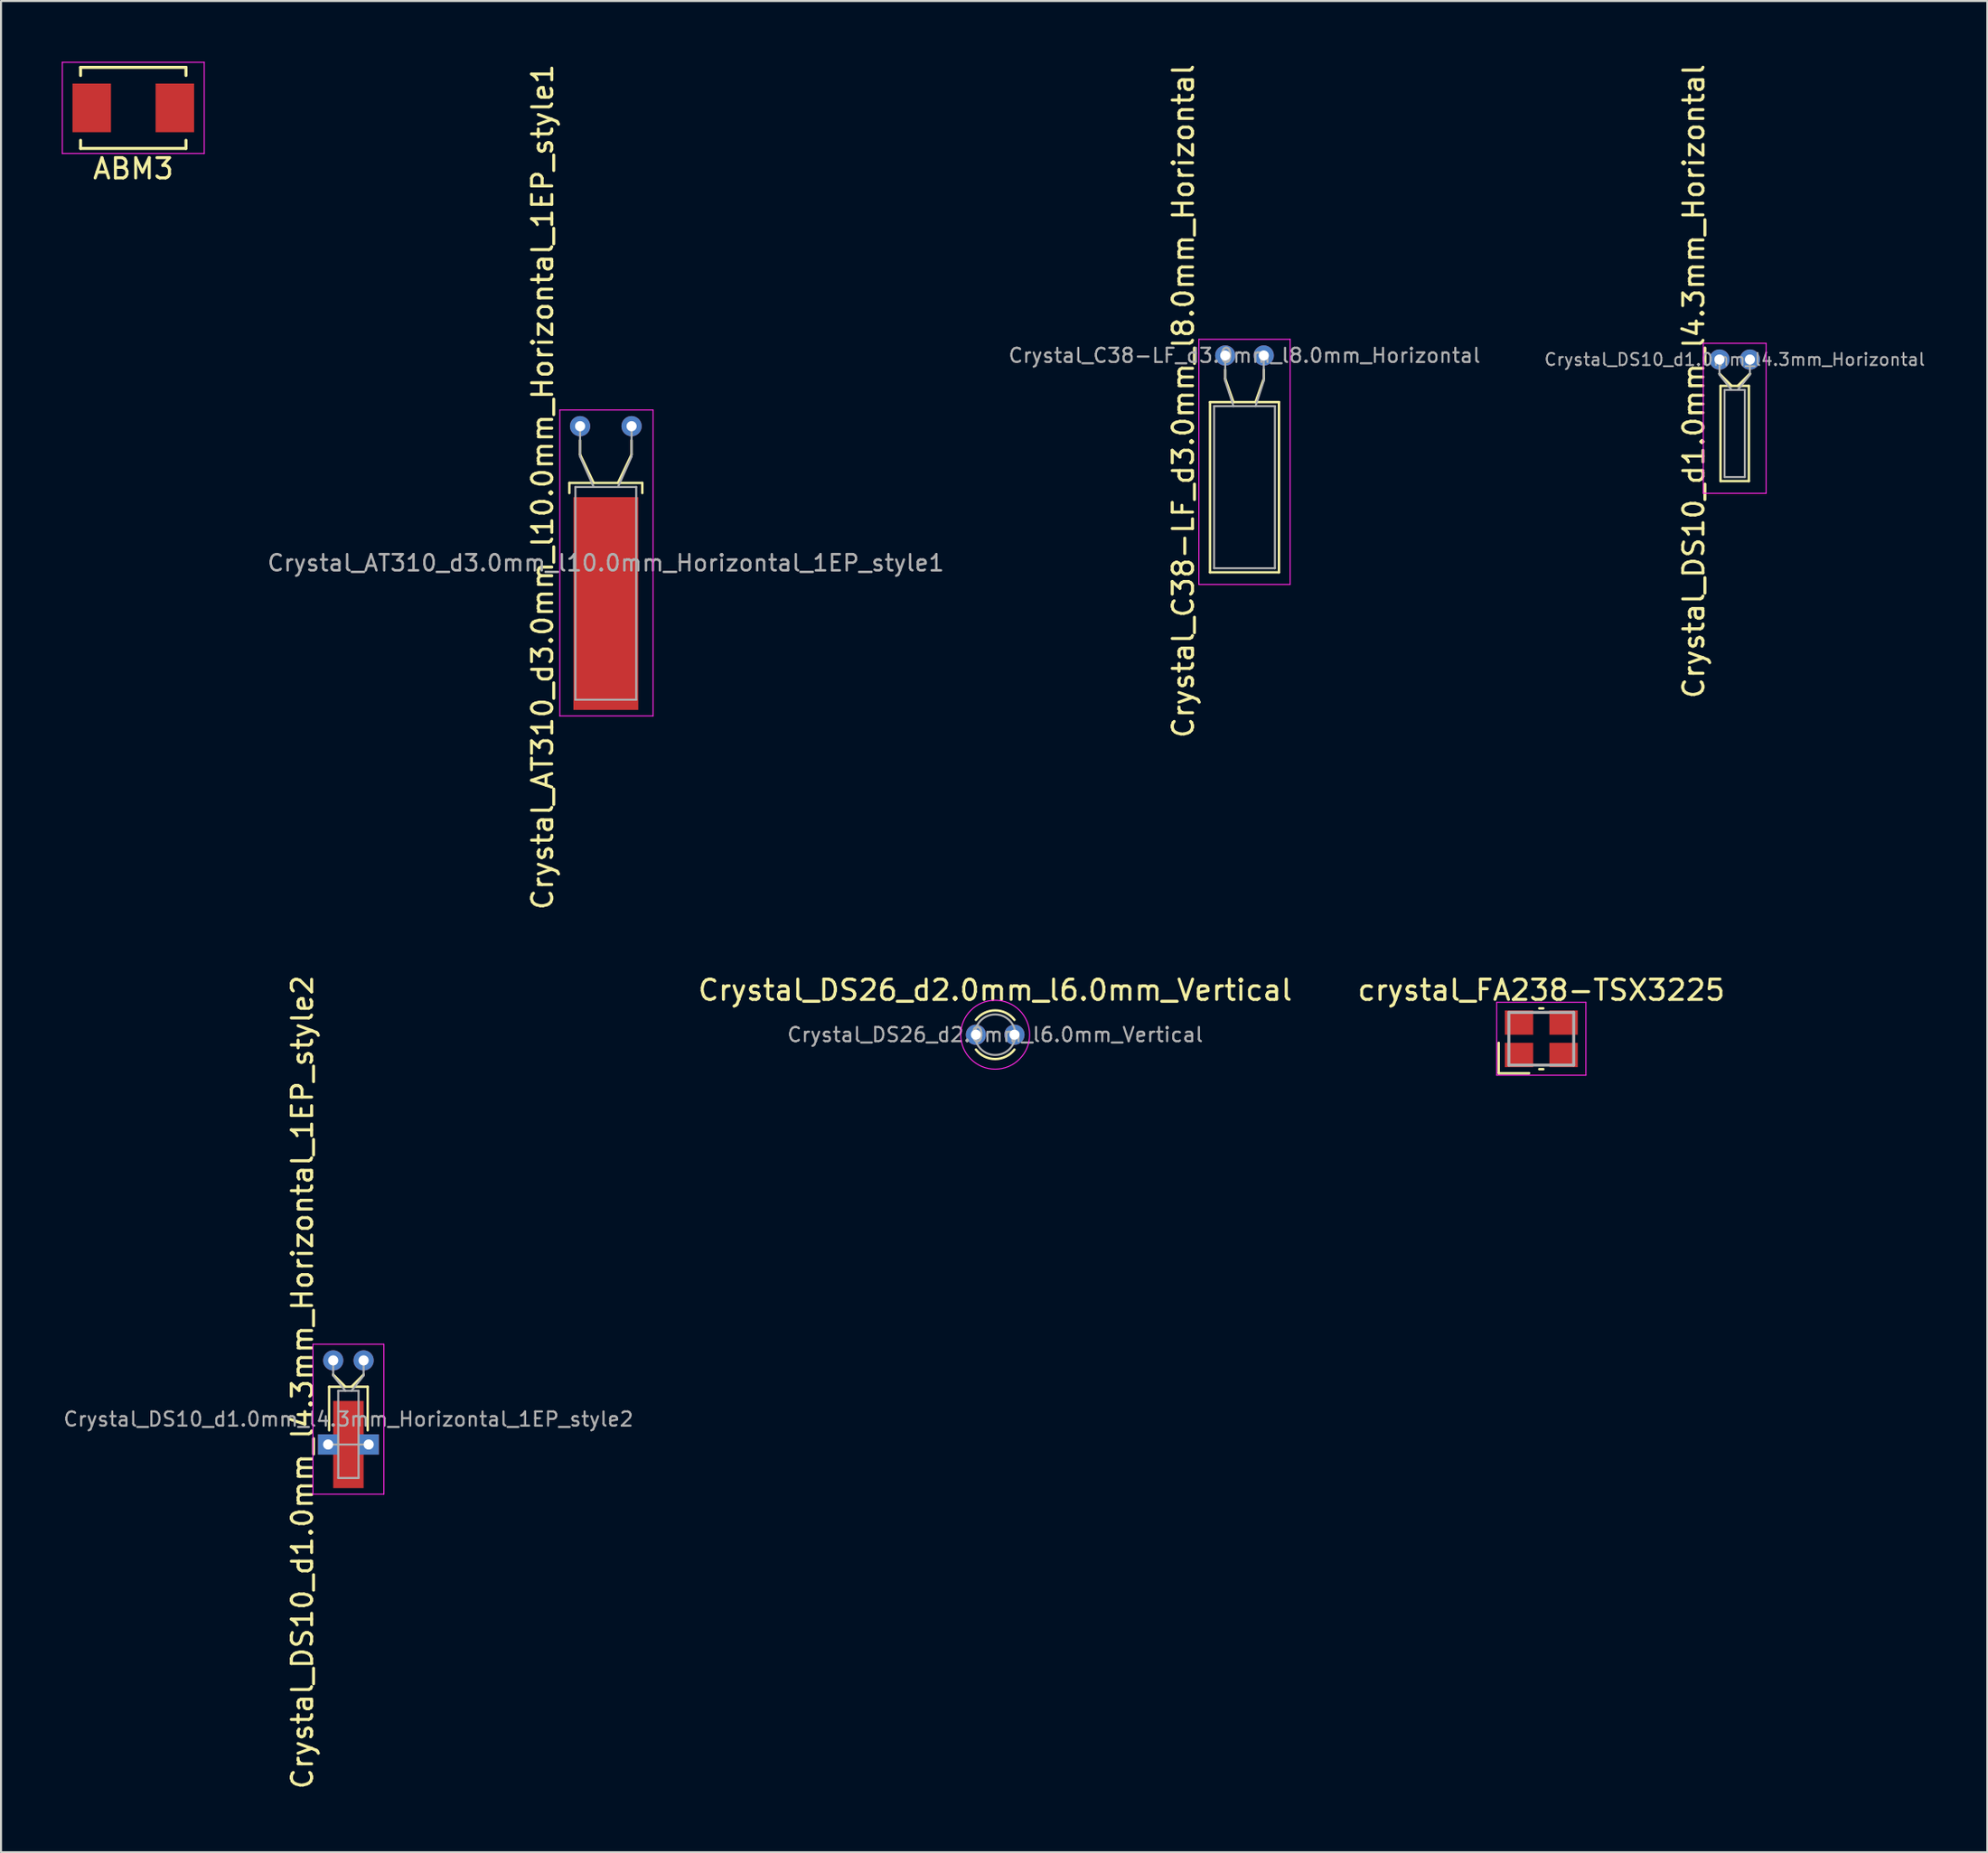
<source format=kicad_pcb>
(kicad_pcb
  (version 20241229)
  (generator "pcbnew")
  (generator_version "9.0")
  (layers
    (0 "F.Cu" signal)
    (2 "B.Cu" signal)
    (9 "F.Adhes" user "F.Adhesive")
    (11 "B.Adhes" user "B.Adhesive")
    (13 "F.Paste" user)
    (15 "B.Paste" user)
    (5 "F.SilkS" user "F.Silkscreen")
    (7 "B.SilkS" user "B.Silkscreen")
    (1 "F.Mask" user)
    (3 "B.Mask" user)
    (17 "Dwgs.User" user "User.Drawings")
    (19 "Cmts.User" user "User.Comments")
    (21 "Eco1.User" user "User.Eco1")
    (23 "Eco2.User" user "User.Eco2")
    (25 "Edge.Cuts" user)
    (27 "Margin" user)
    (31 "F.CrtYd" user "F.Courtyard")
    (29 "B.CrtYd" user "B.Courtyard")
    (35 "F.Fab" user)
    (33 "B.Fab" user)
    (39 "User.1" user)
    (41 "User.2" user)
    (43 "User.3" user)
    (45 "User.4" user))
  (footprint "ABM3"
    (layer "F.Cu")
    (at 3.525 2.275)
    (property "Reference" "ABM3" (at 0 3 0) (layer "F.SilkS") (effects (font (size 1 1) (thickness 0.15))))
    (attr smd)
    (fp_line (start -2.6 -2) (end -2.6 -1.6) (stroke (width 0.15) (type solid)) (layer "F.SilkS"))
    (fp_line (start -2.6 -2) (end 2.6 -2) (stroke (width 0.15) (type solid)) (layer "F.SilkS"))
    (fp_line (start -2.6 2) (end -2.6 1.6) (stroke (width 0.15) (type solid)) (layer "F.SilkS"))
    (fp_line (start -2.6 2) (end 2.6 2) (stroke (width 0.15) (type solid)) (layer "F.SilkS"))
    (fp_line (start 2.6 -2) (end 2.6 -1.6) (stroke (width 0.15) (type solid)) (layer "F.SilkS"))
    (fp_line (start 2.6 2) (end 2.6 1.6) (stroke (width 0.15) (type solid)) (layer "F.SilkS"))
    (fp_line (start -3.5 -2.25) (end 3.5 -2.25) (stroke (width 0.05) (type solid)) (layer "F.CrtYd"))
    (fp_line (start -3.5 2.25) (end -3.5 -2.25) (stroke (width 0.05) (type solid)) (layer "F.CrtYd"))
    (fp_line (start 3.5 -2.25) (end 3.5 2.25) (stroke (width 0.05) (type solid)) (layer "F.CrtYd"))
    (fp_line (start 3.5 2.25) (end -3.5 2.25) (stroke (width 0.05) (type solid)) (layer "F.CrtYd"))
    (pad "1" smd rect (at -2.05 0) (size 1.9 2.4) (layers "F.Cu" "F.Mask" "F.Paste"))
    (pad "2" smd rect (at 2.05 0) (size 1.9 2.4) (layers "F.Cu" "F.Mask" "F.Paste")))
  (footprint "Crystal_DS10_d1.0mm_l4.3mm_Horizontal"
    (layer "F.Cu")
    (at 81.774 14.693)
    (property "Reference" "Crystal_DS10_d1.0mm_l4.3mm_Horizontal" (at -1.27 1.075 90) (layer "F.SilkS") (effects (font (size 1 1) (thickness 0.15))))
    (attr through_hole)
    (fp_line (start 0 0.7) (end 0 0.7) (stroke (width 0.12) (type solid)) (layer "F.SilkS"))
    (fp_line (start 0.05 1.3) (end 0.05 6) (stroke (width 0.12) (type solid)) (layer "F.SilkS"))
    (fp_line (start 0.05 6) (end 1.45 6) (stroke (width 0.12) (type solid)) (layer "F.SilkS"))
    (fp_line (start 0.6 1.3) (end 0 0.7) (stroke (width 0.12) (type solid)) (layer "F.SilkS"))
    (fp_line (start 0.9 1.3) (end 1.5 0.7) (stroke (width 0.12) (type solid)) (layer "F.SilkS"))
    (fp_line (start 1.45 1.3) (end 0.05 1.3) (stroke (width 0.12) (type solid)) (layer "F.SilkS"))
    (fp_line (start 1.45 6) (end 1.45 1.3) (stroke (width 0.12) (type solid)) (layer "F.SilkS"))
    (fp_line (start 1.5 0.7) (end 1.5 0.7) (stroke (width 0.12) (type solid)) (layer "F.SilkS"))
    (fp_line (start -0.8 -0.8) (end -0.8 6.6) (stroke (width 0.05) (type solid)) (layer "F.CrtYd"))
    (fp_line (start -0.8 6.6) (end 2.3 6.6) (stroke (width 0.05) (type solid)) (layer "F.CrtYd"))
    (fp_line (start 2.3 -0.8) (end -0.8 -0.8) (stroke (width 0.05) (type solid)) (layer "F.CrtYd"))
    (fp_line (start 2.3 6.6) (end 2.3 -0.8) (stroke (width 0.05) (type solid)) (layer "F.CrtYd"))
    (fp_line (start 0 0.75) (end 0 0) (stroke (width 0.1) (type solid)) (layer "F.Fab"))
    (fp_line (start 0.25 1.5) (end 0.25 5.8) (stroke (width 0.1) (type solid)) (layer "F.Fab"))
    (fp_line (start 0.25 5.8) (end 1.25 5.8) (stroke (width 0.1) (type solid)) (layer "F.Fab"))
    (fp_line (start 0.6 1.5) (end 0 0.75) (stroke (width 0.1) (type solid)) (layer "F.Fab"))
    (fp_line (start 0.9 1.5) (end 1.5 0.75) (stroke (width 0.1) (type solid)) (layer "F.Fab"))
    (fp_line (start 1.25 1.5) (end 0.25 1.5) (stroke (width 0.1) (type solid)) (layer "F.Fab"))
    (fp_line (start 1.25 5.8) (end 1.25 1.5) (stroke (width 0.1) (type solid)) (layer "F.Fab"))
    (fp_line (start 1.5 0.75) (end 1.5 0) (stroke (width 0.1) (type solid)) (layer "F.Fab"))
    (fp_text user "${REFERENCE}" (at 0.75 0 0) (layer "F.Fab") (effects (font (size 0.6 0.6) (thickness 0.09))))
    (pad "1" thru_hole circle (at 0 0) (size 1 1) (drill 0.5) (layers "*.Cu" "*.Mask"))
    (pad "2" thru_hole circle (at 1.5 0) (size 1 1) (drill 0.5) (layers "*.Cu" "*.Mask")))
  (footprint "Crystal_DS10_d1.0mm_l4.3mm_Horizontal_1EP_style2"
    (layer "F.Cu")
    (at 13.387 64.086)
    (property "Reference" "Crystal_DS10_d1.0mm_l4.3mm_Horizontal_1EP_style2" (at -1.52 1.075 90) (layer "F.SilkS") (effects (font (size 1 1) (thickness 0.15))))
    (attr through_hole)
    (fp_line (start -0.2 1.3) (end 1.7 1.3) (stroke (width 0.12) (type solid)) (layer "F.SilkS"))
    (fp_line (start -0.2 3.45) (end -0.2 1.3) (stroke (width 0.12) (type solid)) (layer "F.SilkS"))
    (fp_line (start 0 0.7) (end 0 0.7) (stroke (width 0.12) (type solid)) (layer "F.SilkS"))
    (fp_line (start 0.6 1.3) (end 0 0.7) (stroke (width 0.12) (type solid)) (layer "F.SilkS"))
    (fp_line (start 0.9 1.3) (end 1.5 0.7) (stroke (width 0.12) (type solid)) (layer "F.SilkS"))
    (fp_line (start 1.5 0.7) (end 1.5 0.7) (stroke (width 0.12) (type solid)) (layer "F.SilkS"))
    (fp_line (start 1.7 1.3) (end 1.7 3.45) (stroke (width 0.12) (type solid)) (layer "F.SilkS"))
    (fp_line (start -1 -0.8) (end -1 6.6) (stroke (width 0.05) (type solid)) (layer "F.CrtYd"))
    (fp_line (start -1 6.6) (end 2.5 6.6) (stroke (width 0.05) (type solid)) (layer "F.CrtYd"))
    (fp_line (start 2.5 -0.8) (end -1 -0.8) (stroke (width 0.05) (type solid)) (layer "F.CrtYd"))
    (fp_line (start 2.5 6.6) (end 2.5 -0.8) (stroke (width 0.05) (type solid)) (layer "F.CrtYd"))
    (fp_line (start -0.25 4.15) (end 1.75 4.15) (stroke (width 0.1) (type solid)) (layer "F.Fab"))
    (fp_line (start 0 0.75) (end 0 0) (stroke (width 0.1) (type solid)) (layer "F.Fab"))
    (fp_line (start 0.25 1.5) (end 0.25 5.8) (stroke (width 0.1) (type solid)) (layer "F.Fab"))
    (fp_line (start 0.25 5.8) (end 1.25 5.8) (stroke (width 0.1) (type solid)) (layer "F.Fab"))
    (fp_line (start 0.6 1.5) (end 0 0.75) (stroke (width 0.1) (type solid)) (layer "F.Fab"))
    (fp_line (start 0.9 1.5) (end 1.5 0.75) (stroke (width 0.1) (type solid)) (layer "F.Fab"))
    (fp_line (start 1.25 1.5) (end 0.25 1.5) (stroke (width 0.1) (type solid)) (layer "F.Fab"))
    (fp_line (start 1.25 5.8) (end 1.25 1.5) (stroke (width 0.1) (type solid)) (layer "F.Fab"))
    (fp_line (start 1.5 0.75) (end 1.5 0) (stroke (width 0.1) (type solid)) (layer "F.Fab"))
    (fp_text user "${REFERENCE}" (at 0.75 2.9 0) (layer "F.Fab") (effects (font (size 0.7 0.7) (thickness 0.105))))
    (pad "1" thru_hole circle (at 0 0) (size 1 1) (drill 0.5) (layers "*.Cu" "*.Mask"))
    (pad "2" thru_hole circle (at 1.5 0) (size 1 1) (drill 0.5) (layers "*.Cu" "*.Mask"))
    (pad "3" thru_hole rect (at -0.25 4.15) (size 1 1) (drill 0.5) (layers "*.Cu" "*.Mask"))
    (pad "3" smd rect (at 0.75 4.15) (size 1.5 4.3) (layers "F.Cu" "F.Mask" "F.Paste"))
    (pad "3" thru_hole rect (at 1.75 4.15) (size 1 1) (drill 0.5) (layers "*.Cu" "*.Mask")))
  (footprint "Crystal_C38-LF_d3.0mm_l8.0mm_Horizontal"
    (layer "F.Cu")
    (at 57.392 14.494)
    (property "Reference" "Crystal_C38-LF_d3.0mm_l8.0mm_Horizontal" (at -2.07 2.25 90) (layer "F.SilkS") (effects (font (size 1 1) (thickness 0.15))))
    (attr through_hole)
    (fp_line (start -0.75 2.3) (end -0.75 10.7) (stroke (width 0.12) (type solid)) (layer "F.SilkS"))
    (fp_line (start -0.75 10.7) (end 2.65 10.7) (stroke (width 0.12) (type solid)) (layer "F.SilkS"))
    (fp_line (start 0 1.15) (end 0 0.7) (stroke (width 0.12) (type solid)) (layer "F.SilkS"))
    (fp_line (start 0.405 2.3) (end 0 1.15) (stroke (width 0.12) (type solid)) (layer "F.SilkS"))
    (fp_line (start 1.495 2.3) (end 1.9 1.15) (stroke (width 0.12) (type solid)) (layer "F.SilkS"))
    (fp_line (start 1.9 1.15) (end 1.9 0.7) (stroke (width 0.12) (type solid)) (layer "F.SilkS"))
    (fp_line (start 2.65 2.3) (end -0.75 2.3) (stroke (width 0.12) (type solid)) (layer "F.SilkS"))
    (fp_line (start 2.65 10.7) (end 2.65 2.3) (stroke (width 0.12) (type solid)) (layer "F.SilkS"))
    (fp_line (start -1.3 -0.8) (end -1.3 11.3) (stroke (width 0.05) (type solid)) (layer "F.CrtYd"))
    (fp_line (start -1.3 11.3) (end 3.2 11.3) (stroke (width 0.05) (type solid)) (layer "F.CrtYd"))
    (fp_line (start 3.2 -0.8) (end -1.3 -0.8) (stroke (width 0.05) (type solid)) (layer "F.CrtYd"))
    (fp_line (start 3.2 11.3) (end 3.2 -0.8) (stroke (width 0.05) (type solid)) (layer "F.CrtYd"))
    (fp_line (start -0.55 2.5) (end -0.55 10.5) (stroke (width 0.1) (type solid)) (layer "F.Fab"))
    (fp_line (start -0.55 10.5) (end 2.45 10.5) (stroke (width 0.1) (type solid)) (layer "F.Fab"))
    (fp_line (start 0 1.25) (end 0 0) (stroke (width 0.1) (type solid)) (layer "F.Fab"))
    (fp_line (start 0.405 2.5) (end 0 1.25) (stroke (width 0.1) (type solid)) (layer "F.Fab"))
    (fp_line (start 1.495 2.5) (end 1.9 1.25) (stroke (width 0.1) (type solid)) (layer "F.Fab"))
    (fp_line (start 1.9 1.25) (end 1.9 0) (stroke (width 0.1) (type solid)) (layer "F.Fab"))
    (fp_line (start 2.45 2.5) (end -0.55 2.5) (stroke (width 0.1) (type solid)) (layer "F.Fab"))
    (fp_line (start 2.45 10.5) (end 2.45 2.5) (stroke (width 0.1) (type solid)) (layer "F.Fab"))
    (fp_text user "${REFERENCE}" (at 0.95 0 0) (layer "F.Fab") (effects (font (size 0.7 0.7) (thickness 0.105))))
    (pad "1" thru_hole circle (at 0 0) (size 1 1) (drill 0.5) (layers "*.Cu" "*.Mask"))
    (pad "2" thru_hole circle (at 1.9 0) (size 1 1) (drill 0.5) (layers "*.Cu" "*.Mask")))
  (footprint "Crystal_AT310_d3.0mm_l10.0mm_Horizontal_1EP_style1"
    (layer "F.Cu")
    (at 25.566 17.982)
    (property "Reference" "Crystal_AT310_d3.0mm_l10.0mm_Horizontal_1EP_style1" (at -1.85 3 90) (layer "F.SilkS") (effects (font (size 1 1) (thickness 0.15))))
    (attr through_hole)
    (fp_line (start -0.53 2.8) (end 3.07 2.8) (stroke (width 0.12) (type solid)) (layer "F.SilkS"))
    (fp_line (start -0.53 3.3) (end -0.53 2.8) (stroke (width 0.12) (type solid)) (layer "F.SilkS"))
    (fp_line (start 0 1.4) (end 0 0.7) (stroke (width 0.12) (type solid)) (layer "F.SilkS"))
    (fp_line (start 0.67 2.8) (end 0 1.4) (stroke (width 0.12) (type solid)) (layer "F.SilkS"))
    (fp_line (start 1.87 2.8) (end 2.54 1.4) (stroke (width 0.12) (type solid)) (layer "F.SilkS"))
    (fp_line (start 2.54 1.4) (end 2.54 0.7) (stroke (width 0.12) (type solid)) (layer "F.SilkS"))
    (fp_line (start 3.07 2.8) (end 3.07 3.3) (stroke (width 0.12) (type solid)) (layer "F.SilkS"))
    (fp_line (start -1 -0.8) (end -1 14.3) (stroke (width 0.05) (type solid)) (layer "F.CrtYd"))
    (fp_line (start -1 14.3) (end 3.6 14.3) (stroke (width 0.05) (type solid)) (layer "F.CrtYd"))
    (fp_line (start 3.6 -0.8) (end -1 -0.8) (stroke (width 0.05) (type solid)) (layer "F.CrtYd"))
    (fp_line (start 3.6 14.3) (end 3.6 -0.8) (stroke (width 0.05) (type solid)) (layer "F.CrtYd"))
    (fp_line (start -0.23 3) (end -0.23 13.5) (stroke (width 0.1) (type solid)) (layer "F.Fab"))
    (fp_line (start -0.23 13.5) (end 2.77 13.5) (stroke (width 0.1) (type solid)) (layer "F.Fab"))
    (fp_line (start 0 1.5) (end 0 0) (stroke (width 0.1) (type solid)) (layer "F.Fab"))
    (fp_line (start 0.67 3) (end 0 1.5) (stroke (width 0.1) (type solid)) (layer "F.Fab"))
    (fp_line (start 1.87 3) (end 2.54 1.5) (stroke (width 0.1) (type solid)) (layer "F.Fab"))
    (fp_line (start 2.54 1.5) (end 2.54 0) (stroke (width 0.1) (type solid)) (layer "F.Fab"))
    (fp_line (start 2.77 3) (end -0.23 3) (stroke (width 0.1) (type solid)) (layer "F.Fab"))
    (fp_line (start 2.77 13.5) (end 2.77 3) (stroke (width 0.1) (type solid)) (layer "F.Fab"))
    (fp_text user "${REFERENCE}" (at 1.27 6.75 0) (layer "F.Fab") (effects (font (size 0.8 0.8) (thickness 0.12))))
    (pad "1" thru_hole circle (at 0 0) (size 1 1) (drill 0.5) (layers "*.Cu" "*.Mask"))
    (pad "2" thru_hole circle (at 2.54 0) (size 1 1) (drill 0.5) (layers "*.Cu" "*.Mask"))
    (pad "3" smd rect (at 1.27 8.75) (size 3.2 10.5) (layers "F.Cu" "F.Mask" "F.Paste")))
  (footprint "crystal_FA238-TSX3225"
    (layer "F.Cu")
    (at 72.983 48.213)
    (property "Reference" "crystal_FA238-TSX3225" (at 0 -2.4 0) (layer "F.SilkS") (effects (font (size 1 1) (thickness 0.15))))
    (attr through_hole)
    (fp_line (start -2.1 0.2) (end -2.1 1.7) (stroke (width 0.12) (type solid)) (layer "F.SilkS"))
    (fp_line (start -2.1 1.7) (end -0.6 1.7) (stroke (width 0.12) (type solid)) (layer "F.SilkS"))
    (fp_line (start 0.1 -1.5) (end -0.1 -1.5) (stroke (width 0.12) (type solid)) (layer "F.SilkS"))
    (fp_line (start 0.1 1.5) (end -0.1 1.5) (stroke (width 0.12) (type solid)) (layer "F.SilkS"))
    (fp_line (start -2.2 -1.8) (end 2.2 -1.8) (stroke (width 0.05) (type solid)) (layer "F.CrtYd"))
    (fp_line (start -2.2 1.8) (end -2.2 -1.8) (stroke (width 0.05) (type solid)) (layer "F.CrtYd"))
    (fp_line (start 2.2 -1.8) (end 2.2 1.8) (stroke (width 0.05) (type solid)) (layer "F.CrtYd"))
    (fp_line (start 2.2 1.8) (end -2.2 1.8) (stroke (width 0.05) (type solid)) (layer "F.CrtYd"))
    (fp_line (start -1.6 -1.3) (end 1.6 -1.3) (stroke (width 0.15) (type solid)) (layer "F.Fab"))
    (fp_line (start -1.6 1.3) (end -1.6 -1.3) (stroke (width 0.15) (type solid)) (layer "F.Fab"))
    (fp_line (start 1.6 -1.3) (end 1.6 1.3) (stroke (width 0.15) (type solid)) (layer "F.Fab"))
    (fp_line (start 1.6 1.3) (end -1.6 1.3) (stroke (width 0.15) (type solid)) (layer "F.Fab"))
    (pad "1" smd rect (at -1.1 0.8) (size 1.4 1.2) (layers "F.Cu" "F.Mask" "F.Paste"))
    (pad "2" smd rect (at 1.1 0.8) (size 1.4 1.2) (layers "F.Cu" "F.Mask" "F.Paste"))
    (pad "3" smd rect (at 1.1 -0.8) (size 1.4 1.2) (layers "F.Cu" "F.Mask" "F.Paste"))
    (pad "4" smd rect (at -1.1 -0.8) (size 1.4 1.2) (layers "F.Cu" "F.Mask" "F.Paste")))
  (footprint "Crystal_DS26_d2.0mm_l6.0mm_Vertical"
    (layer "F.Cu")
    (at 45.093 48.013)
    (property "Reference" "Crystal_DS26_d2.0mm_l6.0mm_Vertical" (at 0.95 -2.2 0) (layer "F.SilkS") (effects (font (size 1 1) (thickness 0.15))))
    (attr through_hole)
    (fp_arc (start 0 -0.733144) (mid 0.950178 -1.2) (end 1.900217 -0.732863) (stroke (width 0.12) (type solid)) (layer "F.SilkS"))
    (fp_arc (start 1.900217 0.732863) (mid 0.950178 1.2) (end 0 0.733144) (stroke (width 0.12) (type solid)) (layer "F.SilkS"))
    (fp_circle (center 0.95 0) (end 2.65 0) (stroke (width 0.05) (type solid)) (fill no) (layer "F.CrtYd"))
    (fp_circle (center 0.95 0) (end 1.95 0) (stroke (width 0.1) (type solid)) (fill no) (layer "F.Fab"))
    (fp_text user "${REFERENCE}" (at 0.95 0 0) (layer "F.Fab") (effects (font (size 0.7 0.7) (thickness 0.105))))
    (pad "1" thru_hole circle (at 0 0) (size 1 1) (drill 0.5) (layers "*.Cu" "*.Mask"))
    (pad "2" thru_hole circle (at 1.9 0) (size 1 1) (drill 0.5) (layers "*.Cu" "*.Mask")))
  (gr_rect
    (start -3 -3)
    (end 94.985 88.357)
    (stroke (width 0.1) (type default))
    (fill no)
    (layer "Edge.Cuts")))
</source>
